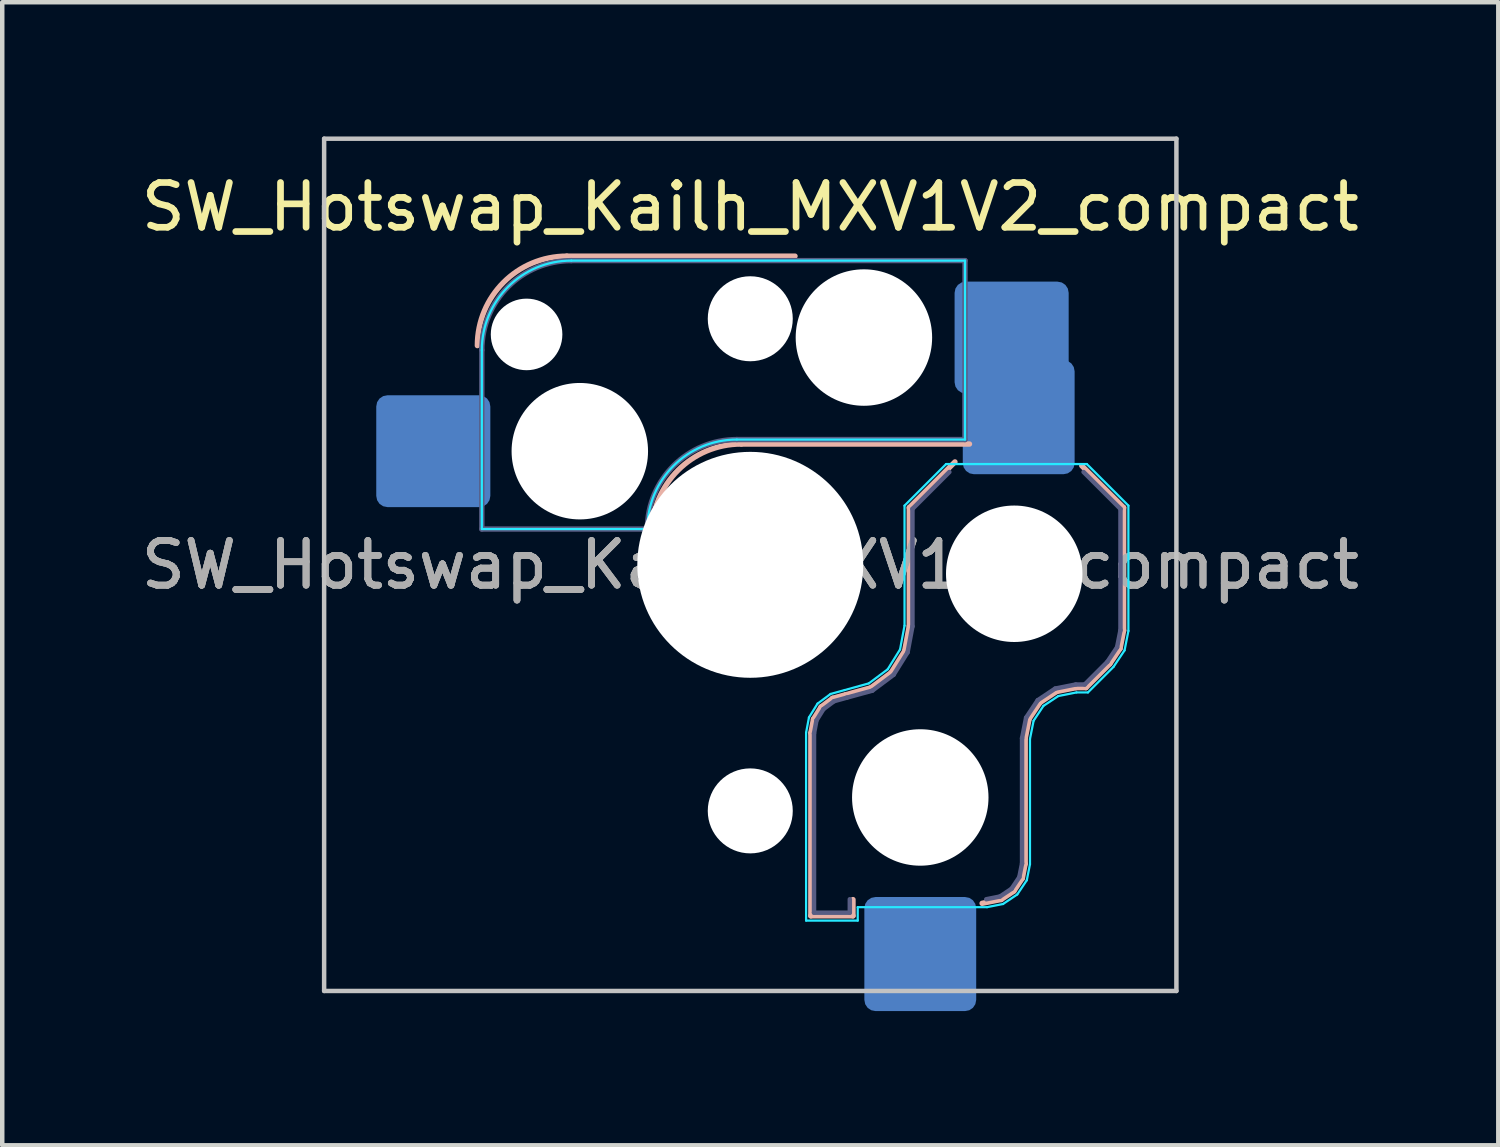
<source format=kicad_pcb>
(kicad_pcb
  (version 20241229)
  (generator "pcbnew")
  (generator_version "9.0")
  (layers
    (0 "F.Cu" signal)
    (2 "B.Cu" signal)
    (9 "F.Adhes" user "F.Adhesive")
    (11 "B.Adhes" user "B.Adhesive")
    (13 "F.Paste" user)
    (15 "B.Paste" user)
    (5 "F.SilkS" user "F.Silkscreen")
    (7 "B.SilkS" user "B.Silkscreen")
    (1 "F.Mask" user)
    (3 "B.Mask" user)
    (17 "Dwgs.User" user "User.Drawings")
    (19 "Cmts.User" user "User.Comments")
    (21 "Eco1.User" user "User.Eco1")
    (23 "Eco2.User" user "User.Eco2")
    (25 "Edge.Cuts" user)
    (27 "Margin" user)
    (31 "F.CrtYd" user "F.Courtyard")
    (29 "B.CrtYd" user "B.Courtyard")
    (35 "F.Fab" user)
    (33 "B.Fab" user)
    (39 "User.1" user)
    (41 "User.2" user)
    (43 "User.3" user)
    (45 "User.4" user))
  (footprint "SW_Hotswap_Kailh_MXV1V2_compact"
    (layer "F.Cu")
    (at 13.72 9.575)
    (property "Reference" "SW_Hotswap_Kailh_MXV1V2_compact" (at 0 -8 0) (layer "F.SilkS") (effects (font (size 1 1) (thickness 0.15))))
    (attr smd)
    (fp_line (start -4.1 -6.9) (end 1 -6.9) (stroke (width 0.12) (type solid)) (layer "B.SilkS"))
    (fp_line (start -0.2 -2.7) (end 4.9 -2.7) (stroke (width 0.12) (type solid)) (layer "B.SilkS"))
    (fp_line (start 1.354 3.76) (end 1.413 3.45) (stroke (width 0.12) (type solid)) (layer "B.SilkS"))
    (fp_line (start 1.354 7.846) (end 1.354 3.76) (stroke (width 0.12) (type solid)) (layer "B.SilkS"))
    (fp_line (start 1.413 3.45) (end 1.583 3.176) (stroke (width 0.12) (type solid)) (layer "B.SilkS"))
    (fp_line (start 1.583 3.176) (end 1.841 2.983) (stroke (width 0.12) (type solid)) (layer "B.SilkS"))
    (fp_line (start 1.841 2.983) (end 2.139 2.901) (stroke (width 0.12) (type solid)) (layer "B.SilkS"))
    (fp_line (start 2.139 2.901) (end 2.697 2.747) (stroke (width 0.12) (type solid)) (layer "B.SilkS"))
    (fp_line (start 2.296 7.483) (end 2.296 7.846) (stroke (width 0.12) (type solid)) (layer "B.SilkS"))
    (fp_line (start 2.296 7.846) (end 1.354 7.846) (stroke (width 0.12) (type solid)) (layer "B.SilkS"))
    (fp_line (start 2.697 2.747) (end 3.15 2.409) (stroke (width 0.12) (type solid)) (layer "B.SilkS"))
    (fp_line (start 3.15 2.409) (end 3.449 1.93) (stroke (width 0.12) (type solid)) (layer "B.SilkS"))
    (fp_line (start 3.449 1.93) (end 3.554 1.368) (stroke (width 0.12) (type solid)) (layer "B.SilkS"))
    (fp_line (start 3.554 -1.279) (end 4.575 -2.3) (stroke (width 0.12) (type solid)) (layer "B.SilkS"))
    (fp_line (start 3.554 1.368) (end 3.554 -1.279) (stroke (width 0.12) (type solid)) (layer "B.SilkS"))
    (fp_line (start 5.609 7.481) (end 5.182 7.566) (stroke (width 0.12) (type solid)) (layer "B.SilkS"))
    (fp_line (start 5.892 7.292) (end 5.609 7.481) (stroke (width 0.12) (type solid)) (layer "B.SilkS"))
    (fp_line (start 6.081 7.009) (end 5.892 7.292) (stroke (width 0.12) (type solid)) (layer "B.SilkS"))
    (fp_line (start 6.146 3.882) (end 6.146 6.682) (stroke (width 0.12) (type solid)) (layer "B.SilkS"))
    (fp_line (start 6.146 6.682) (end 6.081 7.009) (stroke (width 0.12) (type solid)) (layer "B.SilkS"))
    (fp_line (start 6.233 3.444) (end 6.146 3.882) (stroke (width 0.12) (type solid)) (layer "B.SilkS"))
    (fp_line (start 6.477 3.077) (end 6.233 3.444) (stroke (width 0.12) (type solid)) (layer "B.SilkS"))
    (fp_line (start 6.844 2.833) (end 6.477 3.077) (stroke (width 0.12) (type solid)) (layer "B.SilkS"))
    (fp_line (start 7.282 2.746) (end 6.844 2.833) (stroke (width 0.12) (type solid)) (layer "B.SilkS"))
    (fp_line (start 7.409 -2.216) (end 8.346 -1.279) (stroke (width 0.12) (type solid)) (layer "B.SilkS"))
    (fp_line (start 7.504 2.746) (end 7.282 2.746) (stroke (width 0.12) (type solid)) (layer "B.SilkS"))
    (fp_line (start 8.037 2.213) (end 7.504 2.746) (stroke (width 0.12) (type solid)) (layer "B.SilkS"))
    (fp_line (start 8.266 1.871) (end 8.037 2.213) (stroke (width 0.12) (type solid)) (layer "B.SilkS"))
    (fp_line (start 8.346 -1.279) (end 8.346 1.468) (stroke (width 0.12) (type solid)) (layer "B.SilkS"))
    (fp_line (start 8.346 1.468) (end 8.266 1.871) (stroke (width 0.12) (type solid)) (layer "B.SilkS"))
    (fp_arc (start -6.1 -4.9) (mid -5.514214 -6.314214) (end -4.1 -6.9) (stroke (width 0.12) (type solid)) (layer "B.SilkS"))
    (fp_arc (start -2.2 -0.7) (mid -1.614214 -2.114214) (end -0.2 -2.7) (stroke (width 0.12) (type solid)) (layer "B.SilkS"))
    (fp_line (start -9.525 -9.525) (end -9.525 9.525) (stroke (width 0.1) (type solid)) (layer "Dwgs.User"))
    (fp_line (start -9.525 9.525) (end 9.525 9.525) (stroke (width 0.1) (type solid)) (layer "Dwgs.User"))
    (fp_line (start 9.525 -9.525) (end -9.525 -9.525) (stroke (width 0.1) (type solid)) (layer "Dwgs.User"))
    (fp_line (start 9.525 9.525) (end 9.525 -9.525) (stroke (width 0.1) (type solid)) (layer "Dwgs.User"))
    (fp_line (start -6 -0.8) (end -6 -4.8) (stroke (width 0.05) (type solid)) (layer "B.CrtYd"))
    (fp_line (start -6 -0.8) (end -2.3 -0.8) (stroke (width 0.05) (type solid)) (layer "B.CrtYd"))
    (fp_line (start -4 -6.8) (end 4.8 -6.8) (stroke (width 0.05) (type solid)) (layer "B.CrtYd"))
    (fp_line (start -0.3 -2.8) (end 4.8 -2.8) (stroke (width 0.05) (type solid)) (layer "B.CrtYd"))
    (fp_line (start 1.248 3.75) (end 1.312 3.411) (stroke (width 0.05) (type solid)) (layer "B.CrtYd"))
    (fp_line (start 1.248 7.952) (end 1.248 3.75) (stroke (width 0.05) (type solid)) (layer "B.CrtYd"))
    (fp_line (start 1.312 3.411) (end 1.503 3.103) (stroke (width 0.05) (type solid)) (layer "B.CrtYd"))
    (fp_line (start 1.503 3.103) (end 1.794 2.887) (stroke (width 0.05) (type solid)) (layer "B.CrtYd"))
    (fp_line (start 1.794 2.887) (end 2.111 2.799) (stroke (width 0.05) (type solid)) (layer "B.CrtYd"))
    (fp_line (start 2.111 2.799) (end 2.65 2.65) (stroke (width 0.05) (type solid)) (layer "B.CrtYd"))
    (fp_line (start 2.402 7.652) (end 2.402 7.952) (stroke (width 0.05) (type solid)) (layer "B.CrtYd"))
    (fp_line (start 2.402 7.952) (end 1.248 7.952) (stroke (width 0.05) (type solid)) (layer "B.CrtYd"))
    (fp_line (start 2.65 2.65) (end 3.071 2.336) (stroke (width 0.05) (type solid)) (layer "B.CrtYd"))
    (fp_line (start 3.071 2.336) (end 3.348 1.891) (stroke (width 0.05) (type solid)) (layer "B.CrtYd"))
    (fp_line (start 3.348 1.891) (end 3.448 1.359) (stroke (width 0.05) (type solid)) (layer "B.CrtYd"))
    (fp_line (start 3.448 -1.323) (end 4.377 -2.252) (stroke (width 0.05) (type solid)) (layer "B.CrtYd"))
    (fp_line (start 3.448 1.359) (end 3.448 -1.323) (stroke (width 0.05) (type solid)) (layer "B.CrtYd"))
    (fp_line (start 4.377 -2.252) (end 7.523 -2.252) (stroke (width 0.05) (type solid)) (layer "B.CrtYd"))
    (fp_line (start 4.8 -6.8) (end 4.8 -2.8) (stroke (width 0.05) (type solid)) (layer "B.CrtYd"))
    (fp_line (start 5.292 7.652) (end 2.402 7.652) (stroke (width 0.05) (type solid)) (layer "B.CrtYd"))
    (fp_line (start 5.65 7.581) (end 5.292 7.652) (stroke (width 0.05) (type solid)) (layer "B.CrtYd"))
    (fp_line (start 5.968 7.368) (end 5.65 7.581) (stroke (width 0.05) (type solid)) (layer "B.CrtYd"))
    (fp_line (start 6.181 7.05) (end 5.968 7.368) (stroke (width 0.05) (type solid)) (layer "B.CrtYd"))
    (fp_line (start 6.252 3.892) (end 6.252 6.692) (stroke (width 0.05) (type solid)) (layer "B.CrtYd"))
    (fp_line (start 6.252 6.692) (end 6.181 7.05) (stroke (width 0.05) (type solid)) (layer "B.CrtYd"))
    (fp_line (start 6.333 3.485) (end 6.252 3.892) (stroke (width 0.05) (type solid)) (layer "B.CrtYd"))
    (fp_line (start 6.553 3.153) (end 6.333 3.485) (stroke (width 0.05) (type solid)) (layer "B.CrtYd"))
    (fp_line (start 6.885 2.933) (end 6.553 3.153) (stroke (width 0.05) (type solid)) (layer "B.CrtYd"))
    (fp_line (start 7.292 2.852) (end 6.885 2.933) (stroke (width 0.05) (type solid)) (layer "B.CrtYd"))
    (fp_line (start 7.523 -2.252) (end 8.452 -1.323) (stroke (width 0.05) (type solid)) (layer "B.CrtYd"))
    (fp_line (start 7.548 2.852) (end 7.292 2.852) (stroke (width 0.05) (type solid)) (layer "B.CrtYd"))
    (fp_line (start 8.119 2.281) (end 7.548 2.852) (stroke (width 0.05) (type solid)) (layer "B.CrtYd"))
    (fp_line (start 8.366 1.912) (end 8.119 2.281) (stroke (width 0.05) (type solid)) (layer "B.CrtYd"))
    (fp_line (start 8.452 -1.323) (end 8.452 1.478) (stroke (width 0.05) (type solid)) (layer "B.CrtYd"))
    (fp_line (start 8.452 1.478) (end 8.366 1.912) (stroke (width 0.05) (type solid)) (layer "B.CrtYd"))
    (fp_arc (start -6 -4.8) (mid -5.414214 -6.214214) (end -4 -6.8) (stroke (width 0.05) (type solid)) (layer "B.CrtYd"))
    (fp_arc (start -2.3 -0.8) (mid -1.714214 -2.214214) (end -0.3 -2.8) (stroke (width 0.05) (type solid)) (layer "B.CrtYd"))
    (fp_line (start -6 -0.8) (end -6 -4.8) (stroke (width 0.12) (type solid)) (layer "B.Fab"))
    (fp_line (start -6 -0.8) (end -2.3 -0.8) (stroke (width 0.12) (type solid)) (layer "B.Fab"))
    (fp_line (start -4 -6.8) (end 4.8 -6.8) (stroke (width 0.12) (type solid)) (layer "B.Fab"))
    (fp_line (start -0.3 -2.8) (end 4.8 -2.8) (stroke (width 0.12) (type solid)) (layer "B.Fab"))
    (fp_line (start 1.425 3.767) (end 1.48 3.476) (stroke (width 0.1) (type solid)) (layer "B.Fab"))
    (fp_line (start 1.425 7.775) (end 1.425 3.767) (stroke (width 0.1) (type solid)) (layer "B.Fab"))
    (fp_line (start 1.48 3.476) (end 1.636 3.225) (stroke (width 0.1) (type solid)) (layer "B.Fab"))
    (fp_line (start 1.636 3.225) (end 1.873 3.048) (stroke (width 0.1) (type solid)) (layer "B.Fab"))
    (fp_line (start 1.873 3.048) (end 2.158 2.969) (stroke (width 0.1) (type solid)) (layer "B.Fab"))
    (fp_line (start 2.158 2.969) (end 2.729 2.812) (stroke (width 0.1) (type solid)) (layer "B.Fab"))
    (fp_line (start 2.225 7.475) (end 2.225 7.775) (stroke (width 0.1) (type solid)) (layer "B.Fab"))
    (fp_line (start 2.225 7.775) (end 1.425 7.775) (stroke (width 0.1) (type solid)) (layer "B.Fab"))
    (fp_line (start 2.729 2.812) (end 3.203 2.458) (stroke (width 0.1) (type solid)) (layer "B.Fab"))
    (fp_line (start 3.203 2.458) (end 3.516 1.956) (stroke (width 0.1) (type solid)) (layer "B.Fab"))
    (fp_line (start 3.516 1.956) (end 3.625 1.375) (stroke (width 0.1) (type solid)) (layer "B.Fab"))
    (fp_line (start 3.625 -1.25) (end 4.45 -2.075) (stroke (width 0.1) (type solid)) (layer "B.Fab"))
    (fp_line (start 3.625 1.375) (end 3.625 -1.25) (stroke (width 0.1) (type solid)) (layer "B.Fab"))
    (fp_line (start 4.8 -6.8) (end 4.8 -2.8) (stroke (width 0.12) (type solid)) (layer "B.Fab"))
    (fp_line (start 5.581 7.414) (end 5.275 7.475) (stroke (width 0.1) (type solid)) (layer "B.Fab"))
    (fp_line (start 5.841 7.241) (end 5.581 7.414) (stroke (width 0.1) (type solid)) (layer "B.Fab"))
    (fp_line (start 6.014 6.981) (end 5.841 7.241) (stroke (width 0.1) (type solid)) (layer "B.Fab"))
    (fp_line (start 6.075 3.875) (end 6.075 6.675) (stroke (width 0.1) (type solid)) (layer "B.Fab"))
    (fp_line (start 6.075 6.675) (end 6.014 6.981) (stroke (width 0.1) (type solid)) (layer "B.Fab"))
    (fp_line (start 6.166 3.416) (end 6.075 3.875) (stroke (width 0.1) (type solid)) (layer "B.Fab"))
    (fp_line (start 6.426 3.026) (end 6.166 3.416) (stroke (width 0.1) (type solid)) (layer "B.Fab"))
    (fp_line (start 6.816 2.766) (end 6.426 3.026) (stroke (width 0.1) (type solid)) (layer "B.Fab"))
    (fp_line (start 7.275 2.675) (end 6.816 2.766) (stroke (width 0.1) (type solid)) (layer "B.Fab"))
    (fp_line (start 7.45 -2.075) (end 8.275 -1.25) (stroke (width 0.1) (type solid)) (layer "B.Fab"))
    (fp_line (start 7.475 2.675) (end 7.275 2.675) (stroke (width 0.1) (type solid)) (layer "B.Fab"))
    (fp_line (start 7.982 2.168) (end 7.475 2.675) (stroke (width 0.1) (type solid)) (layer "B.Fab"))
    (fp_line (start 8.199 1.843) (end 7.982 2.168) (stroke (width 0.1) (type solid)) (layer "B.Fab"))
    (fp_line (start 8.275 -1.25) (end 8.275 1.461) (stroke (width 0.1) (type solid)) (layer "B.Fab"))
    (fp_line (start 8.275 1.461) (end 8.199 1.843) (stroke (width 0.1) (type solid)) (layer "B.Fab"))
    (fp_arc (start -6 -4.8) (mid -5.414214 -6.214214) (end -4 -6.8) (stroke (width 0.12) (type solid)) (layer "B.Fab"))
    (fp_arc (start -2.3 -0.8) (mid -1.714214 -2.214214) (end -0.3 -2.8) (stroke (width 0.12) (type solid)) (layer "B.Fab"))
    (fp_text user "${REFERENCE}" (at 0 0 0) (layer "F.Fab") (effects (font (size 1 1) (thickness 0.15))))
    (fp_text user "${REFERENCE}" (at 0 0 180) (layer "F.Fab") (effects (font (size 1 1) (thickness 0.15))))
    (fp_text user "${REFERENCE}" (at 0 0 180) (layer "F.Fab") (effects (font (size 1 1) (thickness 0.15))))
    (pad "" np_thru_hole circle (at -5 -5.15) (size 1.6 1.6) (drill 1.6) (layers "*.Cu" "*.Mask"))
    (pad "" np_thru_hole circle (at -3.81 -2.54) (size 3.05 3.05) (drill 3.05) (layers "*.Cu" "*.Mask"))
    (pad "" np_thru_hole circle (at 0 -5.5 270) (size 1.9 1.9) (drill 1.9) (layers "*.Cu" "*.Mask"))
    (pad "" np_thru_hole circle (at 0 0 270) (size 5.05 5.05) (drill 5.05) (layers "*.Cu" "*.Mask"))
    (pad "" np_thru_hole circle (at 0 5.5 270) (size 1.9 1.9) (drill 1.9) (layers "*.Cu" "*.Mask"))
    (pad "" np_thru_hole circle (at 2.54 -5.08) (size 3.05 3.05) (drill 3.05) (layers "*.Cu" "*.Mask"))
    (pad "" np_thru_hole circle (at 3.8 5.2 270) (size 3.05 3.05) (drill 3.05) (layers "*.Cu" "*.Mask"))
    (pad "" np_thru_hole circle (at 5.9 0.2 270) (size 3.05 3.05) (drill 3.05) (layers "*.Cu" "*.Mask"))
    (pad "1" smd roundrect (at 5.842 -5.08) (size 2.55 2.5) (layers "B.Cu" "B.Mask" "B.Paste") (roundrect_rratio 0.1))
    (pad "1" smd roundrect (at 6 -3.3 270) (size 2.55 2.5) (layers "B.Cu" "B.Mask" "B.Paste") (roundrect_rratio 0.1))
    (pad "2" smd roundrect (at -7.085 -2.54) (size 2.55 2.5) (layers "B.Cu" "B.Mask" "B.Paste") (roundrect_rratio 0.1))
    (pad "2" smd roundrect (at 3.8 8.7 270) (size 2.55 2.5) (layers "B.Cu" "B.Mask" "B.Paste") (roundrect_rratio 0.1)))
  (gr_rect
    (start -3 -3)
    (end 30.44 22.55)
    (stroke (width 0.1) (type default))
    (fill no)
    (layer "Edge.Cuts")))
</source>
